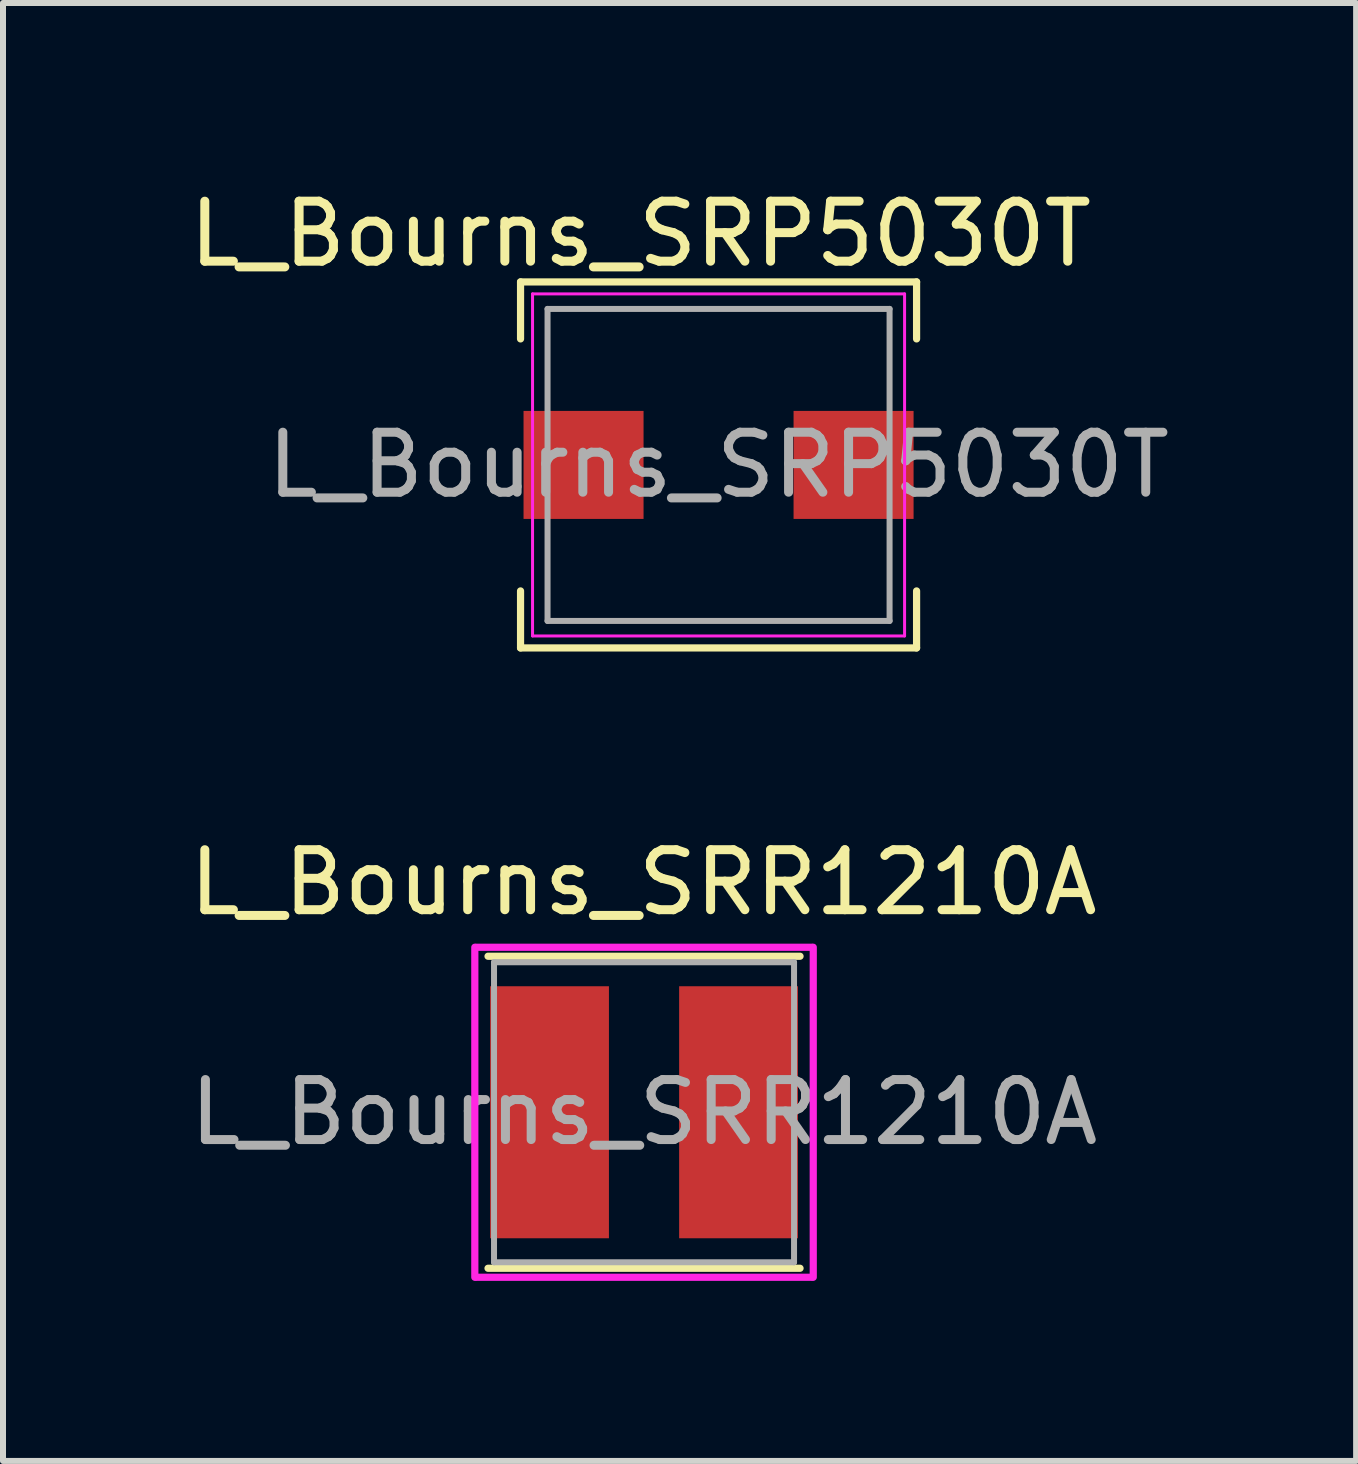
<source format=kicad_pcb>
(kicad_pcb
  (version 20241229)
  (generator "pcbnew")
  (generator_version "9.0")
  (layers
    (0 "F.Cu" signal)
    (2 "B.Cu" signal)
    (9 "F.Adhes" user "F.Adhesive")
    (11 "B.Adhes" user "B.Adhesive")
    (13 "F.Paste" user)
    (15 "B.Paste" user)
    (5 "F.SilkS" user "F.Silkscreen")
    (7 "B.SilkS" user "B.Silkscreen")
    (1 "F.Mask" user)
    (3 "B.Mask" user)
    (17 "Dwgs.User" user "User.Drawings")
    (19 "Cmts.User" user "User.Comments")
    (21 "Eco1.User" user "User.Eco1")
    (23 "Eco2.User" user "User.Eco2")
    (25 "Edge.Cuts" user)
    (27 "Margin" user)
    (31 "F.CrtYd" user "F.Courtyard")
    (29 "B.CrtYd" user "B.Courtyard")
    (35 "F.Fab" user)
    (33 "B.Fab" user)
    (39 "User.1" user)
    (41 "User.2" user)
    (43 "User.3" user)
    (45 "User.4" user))
  (footprint "L_Bourns_SRP5030T"
    (layer "F.Cu")
    (at 8.925 4.698)
    (property "Reference" "L_Bourns_SRP5030T" (at -1.3 -3.85 0) (layer "F.SilkS") (effects (font (size 1 1) (thickness 0.15))))
    (attr smd)
    (fp_line (start -3.3 -3.05) (end -3.3 -2.1) (stroke (width 0.12) (type solid)) (layer "F.SilkS"))
    (fp_line (start -3.3 -3.05) (end 3.3 -3.05) (stroke (width 0.12) (type solid)) (layer "F.SilkS"))
    (fp_line (start -3.3 3.05) (end -3.3 2.1) (stroke (width 0.12) (type solid)) (layer "F.SilkS"))
    (fp_line (start 3.3 -3.05) (end 3.3 -2.1) (stroke (width 0.12) (type solid)) (layer "F.SilkS"))
    (fp_line (start 3.3 3.05) (end -3.3 3.05) (stroke (width 0.12) (type solid)) (layer "F.SilkS"))
    (fp_line (start 3.3 3.05) (end 3.3 2.1) (stroke (width 0.12) (type solid)) (layer "F.SilkS"))
    (fp_line (start -3.1 -2.85) (end -3.1 2.85) (stroke (width 0.05) (type solid)) (layer "F.CrtYd"))
    (fp_line (start -3.1 -2.85) (end 3.1 -2.85) (stroke (width 0.05) (type solid)) (layer "F.CrtYd"))
    (fp_line (start -3.1 2.85) (end 3.1 2.85) (stroke (width 0.05) (type solid)) (layer "F.CrtYd"))
    (fp_line (start 3.1 -2.85) (end 3.1 2.85) (stroke (width 0.05) (type solid)) (layer "F.CrtYd"))
    (fp_line (start -2.85 -2.6) (end 2.85 -2.6) (stroke (width 0.1) (type solid)) (layer "F.Fab"))
    (fp_line (start -2.85 2.6) (end -2.85 -2.6) (stroke (width 0.1) (type solid)) (layer "F.Fab"))
    (fp_line (start 2.85 -2.6) (end 2.85 2.6) (stroke (width 0.1) (type solid)) (layer "F.Fab"))
    (fp_line (start 2.85 2.6) (end -2.85 2.6) (stroke (width 0.1) (type solid)) (layer "F.Fab"))
    (fp_text user "${REFERENCE}" (at 0 0 0) (layer "F.Fab") (effects (font (size 1 1) (thickness 0.15))))
    (pad "1" smd rect (at -2.25 0) (size 2 1.8) (layers "F.Cu" "F.Mask" "F.Paste"))
    (pad "2" smd rect (at 2.25 0) (size 2 1.8) (layers "F.Cu" "F.Mask" "F.Paste")))
  (footprint "L_Bourns_SRR1210A"
    (layer "F.Cu")
    (at 7.683 15.486)
    (property "Reference" "L_Bourns_SRR1210A" (at -0.01 -3.83 0) (layer "F.SilkS") (effects (font (size 1 1) (thickness 0.15))))
    (attr smd)
    (fp_line (start -2.6 -2.6) (end 2.6 -2.6) (stroke (width 0.12) (type solid)) (layer "F.SilkS"))
    (fp_line (start 2.6 2.6) (end -2.6 2.6) (stroke (width 0.12) (type solid)) (layer "F.SilkS"))
    (fp_line (start -2.82 2.75) (end -2.82 -2.75) (stroke (width 0.12) (type solid)) (layer "F.CrtYd"))
    (fp_line (start -2.794 -2.75) (end 2.794 -2.75) (stroke (width 0.12) (type solid)) (layer "F.CrtYd"))
    (fp_line (start 2.794 2.75) (end -2.794 2.75) (stroke (width 0.12) (type solid)) (layer "F.CrtYd"))
    (fp_line (start 2.82 -2.75) (end 2.82 2.75) (stroke (width 0.12) (type solid)) (layer "F.CrtYd"))
    (fp_line (start -2.5 -2.5) (end 2.5 -2.5) (stroke (width 0.1) (type solid)) (layer "F.Fab"))
    (fp_line (start -2.5 2.5) (end -2.5 -2.5) (stroke (width 0.1) (type solid)) (layer "F.Fab"))
    (fp_line (start 2.5 -2.5) (end 2.5 2.5) (stroke (width 0.1) (type solid)) (layer "F.Fab"))
    (fp_line (start 2.5 2.5) (end -2.5 2.5) (stroke (width 0.1) (type solid)) (layer "F.Fab"))
    (fp_text user "${REFERENCE}" (at 0 0 0) (layer "F.Fab") (effects (font (size 1 1) (thickness 0.15))))
    (pad "1" smd rect (at -1.575 0) (size 1.98 4.2) (layers "F.Cu" "F.Mask" "F.Paste"))
    (pad "2" smd rect (at 1.575 0) (size 1.98 4.2) (layers "F.Cu" "F.Mask" "F.Paste")))
  (gr_rect
    (start -3 -3)
    (end 19.55 21.297)
    (stroke (width 0.1) (type default))
    (fill no)
    (layer "Edge.Cuts")))
</source>
